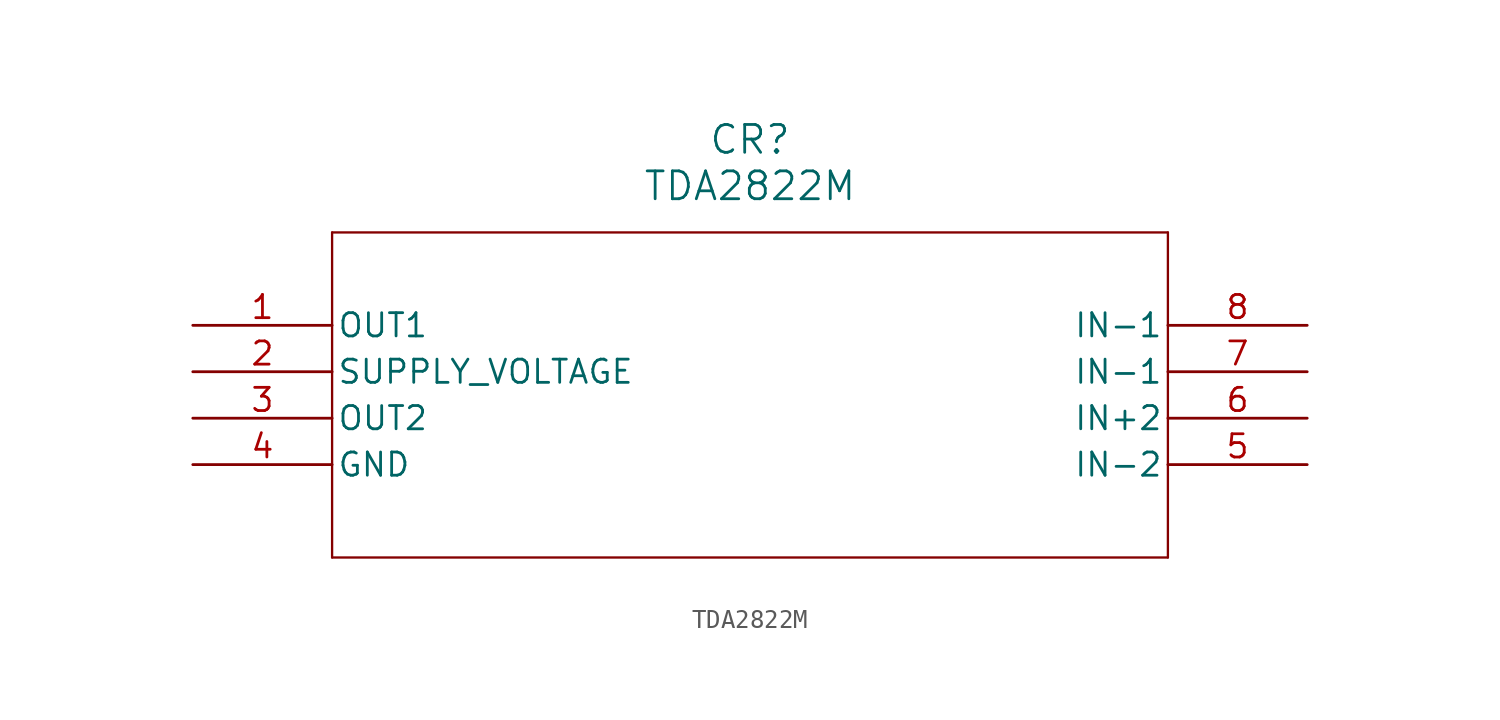
<source format=kicad_sym>
(kicad_symbol_lib
  (version 20211014)
  (generator kicad_symbol_editor)
  (symbol "TDA2822M"
    (pin_names
      (offset 0.254))
    (property "Reference" "CR"
      (at 30.48 10.16 0)
      (effects (font (size 1.524 1.524))))
    (property "Value" "TDA2822M"
      (at 30.48 7.62 0)
      (effects (font (size 1.524 1.524))))
    (symbol "TDA2822M_0_1"
      (polyline (pts (xy 7.62 5.08) (xy 7.62 -12.7)) (stroke (width 0.127) (type default) (color 0 0 0 0)) (fill (type none)))
      (polyline (pts (xy 7.62 -12.7) (xy 53.34 -12.7)) (stroke (width 0.127) (type default) (color 0 0 0 0)) (fill (type none)))
      (polyline (pts (xy 53.34 -12.7) (xy 53.34 5.08)) (stroke (width 0.127) (type default) (color 0 0 0 0)) (fill (type none)))
      (polyline (pts (xy 53.34 5.08) (xy 7.62 5.08)) (stroke (width 0.127) (type default) (color 0 0 0 0)) (fill (type none)))
      (pin output line (at 0 0 0) (length 7.62) (name "OUT1" (effects (font (size 1.27 1.27)))) (number "1" (effects (font (size 1.27 1.27)))))
      (pin power_in line (at 0 -2.54 0) (length 7.62) (name "SUPPLY VOLTAGE" (effects (font (size 1.27 1.27)))) (number "2" (effects (font (size 1.27 1.27)))))
      (pin output line (at 0 -5.08 0) (length 7.62) (name "OUT2" (effects (font (size 1.27 1.27)))) (number "3" (effects (font (size 1.27 1.27)))))
      (pin power_in line (at 0 -7.62 0) (length 7.62) (name "GND" (effects (font (size 1.27 1.27)))) (number "4" (effects (font (size 1.27 1.27)))))
      (pin input line (at 60.96 -7.62 180) (length 7.62) (name "IN-2" (effects (font (size 1.27 1.27)))) (number "5" (effects (font (size 1.27 1.27)))))
      (pin input line (at 60.96 -5.08 180) (length 7.62) (name "IN+2" (effects (font (size 1.27 1.27)))) (number "6" (effects (font (size 1.27 1.27)))))
      (pin input line (at 60.96 -2.54 180) (length 7.62) (name "IN-1" (effects (font (size 1.27 1.27)))) (number "7" (effects (font (size 1.27 1.27)))))
      (pin input line (at 60.96 0 180) (length 7.62) (name "IN-1" (effects (font (size 1.27 1.27)))) (number "8" (effects (font (size 1.27 1.27))))))))
</source>
